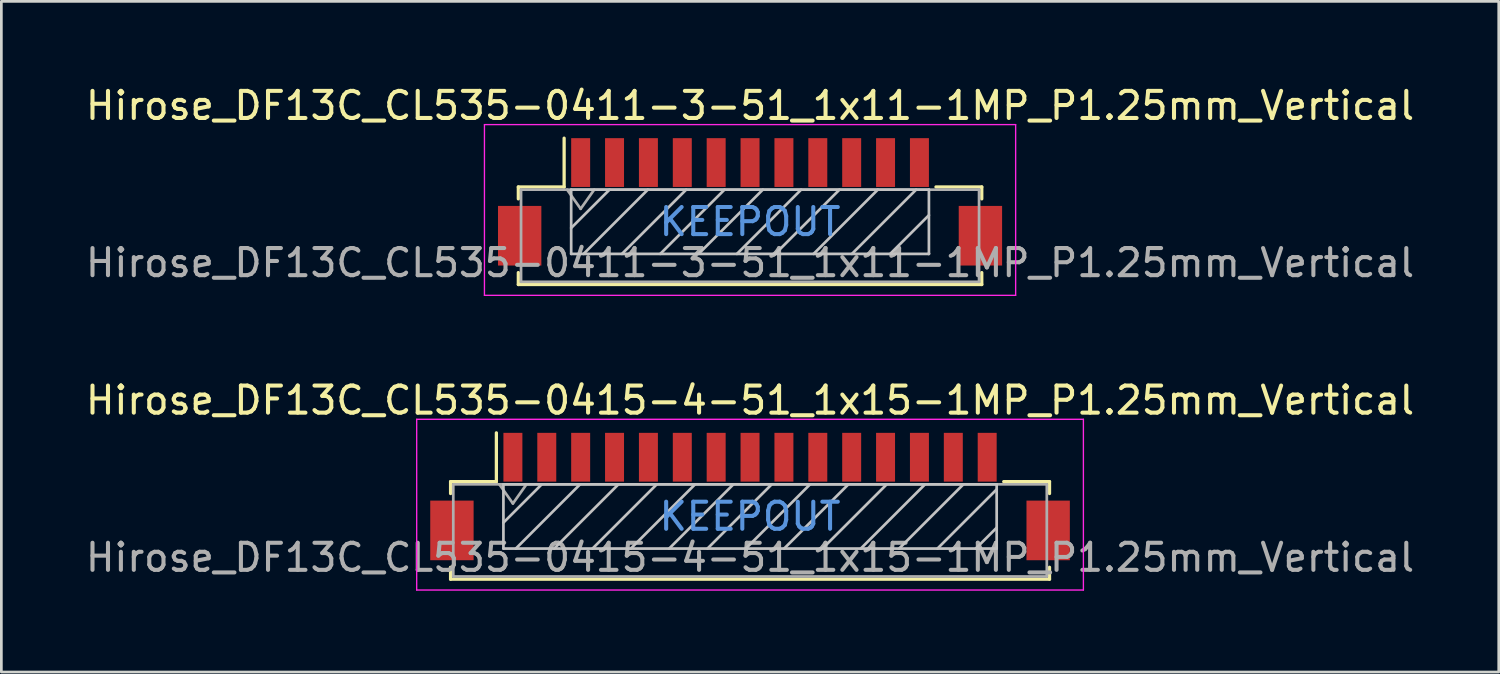
<source format=kicad_pcb>
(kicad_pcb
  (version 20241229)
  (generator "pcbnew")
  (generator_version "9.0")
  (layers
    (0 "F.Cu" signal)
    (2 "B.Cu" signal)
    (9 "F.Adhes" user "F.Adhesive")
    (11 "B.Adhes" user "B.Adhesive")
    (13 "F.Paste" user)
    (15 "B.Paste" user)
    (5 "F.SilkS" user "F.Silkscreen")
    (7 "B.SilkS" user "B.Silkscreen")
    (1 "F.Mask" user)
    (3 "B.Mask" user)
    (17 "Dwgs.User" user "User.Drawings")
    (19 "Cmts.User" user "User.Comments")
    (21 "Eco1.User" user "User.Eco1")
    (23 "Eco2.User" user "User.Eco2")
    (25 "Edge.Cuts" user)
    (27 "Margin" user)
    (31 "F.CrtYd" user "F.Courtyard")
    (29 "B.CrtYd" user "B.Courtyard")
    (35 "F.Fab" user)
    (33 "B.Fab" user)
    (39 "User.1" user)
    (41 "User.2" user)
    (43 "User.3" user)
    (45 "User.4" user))
  (footprint "Hirose_DF13C_CL535-0411-3-51_1x11-1MP_P1.25mm_Vertical"
    (layer "F.Cu")
    (at 24.625 4.398)
    (property "Reference" "Hirose_DF13C_CL535-0411-3-51_1x11-1MP_P1.25mm_Vertical" (at 0 -3.55 0) (layer "F.SilkS") (effects (font (size 1 1) (thickness 0.15))))
    (attr smd)
    (fp_line (start -8.55 -0.55) (end -8.55 -0.11) (stroke (width 0.12) (type solid)) (layer "F.SilkS"))
    (fp_line (start -8.55 2.61) (end -8.55 3.05) (stroke (width 0.12) (type solid)) (layer "F.SilkS"))
    (fp_line (start -8.55 3.05) (end 8.55 3.05) (stroke (width 0.12) (type solid)) (layer "F.SilkS"))
    (fp_line (start -6.86 -0.55) (end -8.55 -0.55) (stroke (width 0.12) (type solid)) (layer "F.SilkS"))
    (fp_line (start -6.86 -0.55) (end -6.86 -2.35) (stroke (width 0.12) (type solid)) (layer "F.SilkS"))
    (fp_line (start 6.86 -0.55) (end 8.55 -0.55) (stroke (width 0.12) (type solid)) (layer "F.SilkS"))
    (fp_line (start 8.55 -0.55) (end 8.55 -0.11) (stroke (width 0.12) (type solid)) (layer "F.SilkS"))
    (fp_line (start 8.55 3.05) (end 8.55 2.61) (stroke (width 0.12) (type solid)) (layer "F.SilkS"))
    (fp_line (start -6.6 -0.45) (end -6.6 1.92) (stroke (width 0.1) (type solid)) (layer "Dwgs.User"))
    (fp_line (start -6.6 1.92) (end 6.6 1.92) (stroke (width 0.1) (type solid)) (layer "Dwgs.User"))
    (fp_line (start -5.186 -0.45) (end -6.6 0.964) (stroke (width 0.1) (type solid)) (layer "Dwgs.User"))
    (fp_line (start -3.772 -0.45) (end -6.142 1.92) (stroke (width 0.1) (type solid)) (layer "Dwgs.User"))
    (fp_line (start -2.357 -0.45) (end -4.727 1.92) (stroke (width 0.1) (type solid)) (layer "Dwgs.User"))
    (fp_line (start -0.943 -0.45) (end -3.313 1.92) (stroke (width 0.1) (type solid)) (layer "Dwgs.User"))
    (fp_line (start 0.471 -0.45) (end -1.899 1.92) (stroke (width 0.1) (type solid)) (layer "Dwgs.User"))
    (fp_line (start 1.885 -0.45) (end -0.485 1.92) (stroke (width 0.1) (type solid)) (layer "Dwgs.User"))
    (fp_line (start 3.299 -0.45) (end 0.929 1.92) (stroke (width 0.1) (type solid)) (layer "Dwgs.User"))
    (fp_line (start 4.714 -0.45) (end 2.344 1.92) (stroke (width 0.1) (type solid)) (layer "Dwgs.User"))
    (fp_line (start 6.128 -0.45) (end 3.758 1.92) (stroke (width 0.1) (type solid)) (layer "Dwgs.User"))
    (fp_line (start 6.6 -0.45) (end -6.6 -0.45) (stroke (width 0.1) (type solid)) (layer "Dwgs.User"))
    (fp_line (start 6.6 0.492) (end 5.172 1.92) (stroke (width 0.1) (type solid)) (layer "Dwgs.User"))
    (fp_line (start 6.6 1.906) (end 6.586 1.92) (stroke (width 0.1) (type solid)) (layer "Dwgs.User"))
    (fp_line (start 6.6 1.92) (end 6.6 -0.45) (stroke (width 0.1) (type solid)) (layer "Dwgs.User"))
    (fp_line (start -9.8 -2.85) (end -9.8 3.45) (stroke (width 0.05) (type solid)) (layer "F.CrtYd"))
    (fp_line (start -9.8 3.45) (end 9.8 3.45) (stroke (width 0.05) (type solid)) (layer "F.CrtYd"))
    (fp_line (start 9.8 -2.85) (end -9.8 -2.85) (stroke (width 0.05) (type solid)) (layer "F.CrtYd"))
    (fp_line (start 9.8 3.45) (end 9.8 -2.85) (stroke (width 0.05) (type solid)) (layer "F.CrtYd"))
    (fp_line (start -8.45 -0.45) (end -8.45 2.95) (stroke (width 0.1) (type solid)) (layer "F.Fab"))
    (fp_line (start -8.45 2.95) (end 8.45 2.95) (stroke (width 0.1) (type solid)) (layer "F.Fab"))
    (fp_line (start -6.75 -0.45) (end -6.25 0.257) (stroke (width 0.1) (type solid)) (layer "F.Fab"))
    (fp_line (start -6.25 0.257) (end -5.75 -0.45) (stroke (width 0.1) (type solid)) (layer "F.Fab"))
    (fp_line (start 8.45 -0.45) (end -8.45 -0.45) (stroke (width 0.1) (type solid)) (layer "F.Fab"))
    (fp_line (start 8.45 2.95) (end 8.45 -0.45) (stroke (width 0.1) (type solid)) (layer "F.Fab"))
    (fp_text user "KEEPOUT" (at 0 0.735 0) (layer "Cmts.User") (effects (font (size 1 1) (thickness 0.15))))
    (fp_text user "${REFERENCE}" (at 0 2.25 0) (layer "F.Fab") (effects (font (size 1 1) (thickness 0.15))))
    (pad "1" smd rect (at -6.25 -1.45) (size 0.7 1.8) (layers "F.Cu" "F.Mask" "F.Paste"))
    (pad "2" smd rect (at -5 -1.45) (size 0.7 1.8) (layers "F.Cu" "F.Mask" "F.Paste"))
    (pad "3" smd rect (at -3.75 -1.45) (size 0.7 1.8) (layers "F.Cu" "F.Mask" "F.Paste"))
    (pad "4" smd rect (at -2.5 -1.45) (size 0.7 1.8) (layers "F.Cu" "F.Mask" "F.Paste"))
    (pad "5" smd rect (at -1.25 -1.45) (size 0.7 1.8) (layers "F.Cu" "F.Mask" "F.Paste"))
    (pad "6" smd rect (at 0 -1.45) (size 0.7 1.8) (layers "F.Cu" "F.Mask" "F.Paste"))
    (pad "7" smd rect (at 1.25 -1.45) (size 0.7 1.8) (layers "F.Cu" "F.Mask" "F.Paste"))
    (pad "8" smd rect (at 2.5 -1.45) (size 0.7 1.8) (layers "F.Cu" "F.Mask" "F.Paste"))
    (pad "9" smd rect (at 3.75 -1.45) (size 0.7 1.8) (layers "F.Cu" "F.Mask" "F.Paste"))
    (pad "10" smd rect (at 5 -1.45) (size 0.7 1.8) (layers "F.Cu" "F.Mask" "F.Paste"))
    (pad "11" smd rect (at 6.25 -1.45) (size 0.7 1.8) (layers "F.Cu" "F.Mask" "F.Paste"))
    (pad "MP" smd rect (at -8.5 1.25) (size 1.6 2.2) (layers "F.Cu" "F.Mask" "F.Paste"))
    (pad "MP" smd rect (at 8.5 1.25) (size 1.6 2.2) (layers "F.Cu" "F.Mask" "F.Paste")))
  (footprint "Hirose_DF13C_CL535-0415-4-51_1x15-1MP_P1.25mm_Vertical"
    (layer "F.Cu")
    (at 24.625 15.271)
    (property "Reference" "Hirose_DF13C_CL535-0415-4-51_1x15-1MP_P1.25mm_Vertical" (at 0 -3.55 0) (layer "F.SilkS") (effects (font (size 1 1) (thickness 0.15))))
    (attr smd)
    (fp_line (start -11.05 -0.55) (end -11.05 -0.11) (stroke (width 0.12) (type solid)) (layer "F.SilkS"))
    (fp_line (start -11.05 2.61) (end -11.05 3.05) (stroke (width 0.12) (type solid)) (layer "F.SilkS"))
    (fp_line (start -11.05 3.05) (end 11.05 3.05) (stroke (width 0.12) (type solid)) (layer "F.SilkS"))
    (fp_line (start -9.36 -0.55) (end -11.05 -0.55) (stroke (width 0.12) (type solid)) (layer "F.SilkS"))
    (fp_line (start -9.36 -0.55) (end -9.36 -2.35) (stroke (width 0.12) (type solid)) (layer "F.SilkS"))
    (fp_line (start 9.36 -0.55) (end 11.05 -0.55) (stroke (width 0.12) (type solid)) (layer "F.SilkS"))
    (fp_line (start 11.05 -0.55) (end 11.05 -0.11) (stroke (width 0.12) (type solid)) (layer "F.SilkS"))
    (fp_line (start 11.05 3.05) (end 11.05 2.61) (stroke (width 0.12) (type solid)) (layer "F.SilkS"))
    (fp_line (start -9.1 -0.45) (end -9.1 1.92) (stroke (width 0.1) (type solid)) (layer "Dwgs.User"))
    (fp_line (start -9.1 1.92) (end 9.1 1.92) (stroke (width 0.1) (type solid)) (layer "Dwgs.User"))
    (fp_line (start -7.686 -0.45) (end -9.1 0.964) (stroke (width 0.1) (type solid)) (layer "Dwgs.User"))
    (fp_line (start -6.272 -0.45) (end -8.642 1.92) (stroke (width 0.1) (type solid)) (layer "Dwgs.User"))
    (fp_line (start -4.857 -0.45) (end -7.227 1.92) (stroke (width 0.1) (type solid)) (layer "Dwgs.User"))
    (fp_line (start -3.443 -0.45) (end -5.813 1.92) (stroke (width 0.1) (type solid)) (layer "Dwgs.User"))
    (fp_line (start -2.029 -0.45) (end -4.399 1.92) (stroke (width 0.1) (type solid)) (layer "Dwgs.User"))
    (fp_line (start -0.615 -0.45) (end -2.985 1.92) (stroke (width 0.1) (type solid)) (layer "Dwgs.User"))
    (fp_line (start 0.799 -0.45) (end -1.571 1.92) (stroke (width 0.1) (type solid)) (layer "Dwgs.User"))
    (fp_line (start 2.214 -0.45) (end -0.156 1.92) (stroke (width 0.1) (type solid)) (layer "Dwgs.User"))
    (fp_line (start 3.628 -0.45) (end 1.258 1.92) (stroke (width 0.1) (type solid)) (layer "Dwgs.User"))
    (fp_line (start 5.042 -0.45) (end 2.672 1.92) (stroke (width 0.1) (type solid)) (layer "Dwgs.User"))
    (fp_line (start 6.456 -0.45) (end 4.086 1.92) (stroke (width 0.1) (type solid)) (layer "Dwgs.User"))
    (fp_line (start 7.871 -0.45) (end 5.501 1.92) (stroke (width 0.1) (type solid)) (layer "Dwgs.User"))
    (fp_line (start 9.1 -0.45) (end -9.1 -0.45) (stroke (width 0.1) (type solid)) (layer "Dwgs.User"))
    (fp_line (start 9.1 -0.265) (end 6.915 1.92) (stroke (width 0.1) (type solid)) (layer "Dwgs.User"))
    (fp_line (start 9.1 1.149) (end 8.329 1.92) (stroke (width 0.1) (type solid)) (layer "Dwgs.User"))
    (fp_line (start 9.1 1.92) (end 9.1 -0.45) (stroke (width 0.1) (type solid)) (layer "Dwgs.User"))
    (fp_line (start -12.3 -2.85) (end -12.3 3.45) (stroke (width 0.05) (type solid)) (layer "F.CrtYd"))
    (fp_line (start -12.3 3.45) (end 12.3 3.45) (stroke (width 0.05) (type solid)) (layer "F.CrtYd"))
    (fp_line (start 12.3 -2.85) (end -12.3 -2.85) (stroke (width 0.05) (type solid)) (layer "F.CrtYd"))
    (fp_line (start 12.3 3.45) (end 12.3 -2.85) (stroke (width 0.05) (type solid)) (layer "F.CrtYd"))
    (fp_line (start -10.95 -0.45) (end -10.95 2.95) (stroke (width 0.1) (type solid)) (layer "F.Fab"))
    (fp_line (start -10.95 2.95) (end 10.95 2.95) (stroke (width 0.1) (type solid)) (layer "F.Fab"))
    (fp_line (start -9.25 -0.45) (end -8.75 0.257) (stroke (width 0.1) (type solid)) (layer "F.Fab"))
    (fp_line (start -8.75 0.257) (end -8.25 -0.45) (stroke (width 0.1) (type solid)) (layer "F.Fab"))
    (fp_line (start 10.95 -0.45) (end -10.95 -0.45) (stroke (width 0.1) (type solid)) (layer "F.Fab"))
    (fp_line (start 10.95 2.95) (end 10.95 -0.45) (stroke (width 0.1) (type solid)) (layer "F.Fab"))
    (fp_text user "KEEPOUT" (at 0 0.735 0) (layer "Cmts.User") (effects (font (size 1 1) (thickness 0.15))))
    (fp_text user "${REFERENCE}" (at 0 2.25 0) (layer "F.Fab") (effects (font (size 1 1) (thickness 0.15))))
    (pad "1" smd rect (at -8.75 -1.45) (size 0.7 1.8) (layers "F.Cu" "F.Mask" "F.Paste"))
    (pad "2" smd rect (at -7.5 -1.45) (size 0.7 1.8) (layers "F.Cu" "F.Mask" "F.Paste"))
    (pad "3" smd rect (at -6.25 -1.45) (size 0.7 1.8) (layers "F.Cu" "F.Mask" "F.Paste"))
    (pad "4" smd rect (at -5 -1.45) (size 0.7 1.8) (layers "F.Cu" "F.Mask" "F.Paste"))
    (pad "5" smd rect (at -3.75 -1.45) (size 0.7 1.8) (layers "F.Cu" "F.Mask" "F.Paste"))
    (pad "6" smd rect (at -2.5 -1.45) (size 0.7 1.8) (layers "F.Cu" "F.Mask" "F.Paste"))
    (pad "7" smd rect (at -1.25 -1.45) (size 0.7 1.8) (layers "F.Cu" "F.Mask" "F.Paste"))
    (pad "8" smd rect (at 0 -1.45) (size 0.7 1.8) (layers "F.Cu" "F.Mask" "F.Paste"))
    (pad "9" smd rect (at 1.25 -1.45) (size 0.7 1.8) (layers "F.Cu" "F.Mask" "F.Paste"))
    (pad "10" smd rect (at 2.5 -1.45) (size 0.7 1.8) (layers "F.Cu" "F.Mask" "F.Paste"))
    (pad "11" smd rect (at 3.75 -1.45) (size 0.7 1.8) (layers "F.Cu" "F.Mask" "F.Paste"))
    (pad "12" smd rect (at 5 -1.45) (size 0.7 1.8) (layers "F.Cu" "F.Mask" "F.Paste"))
    (pad "13" smd rect (at 6.25 -1.45) (size 0.7 1.8) (layers "F.Cu" "F.Mask" "F.Paste"))
    (pad "14" smd rect (at 7.5 -1.45) (size 0.7 1.8) (layers "F.Cu" "F.Mask" "F.Paste"))
    (pad "15" smd rect (at 8.75 -1.45) (size 0.7 1.8) (layers "F.Cu" "F.Mask" "F.Paste"))
    (pad "MP" smd rect (at -11 1.25) (size 1.6 2.2) (layers "F.Cu" "F.Mask" "F.Paste"))
    (pad "MP" smd rect (at 11 1.25) (size 1.6 2.2) (layers "F.Cu" "F.Mask" "F.Paste")))
  (gr_rect
    (start -3 -3)
    (end 52.25 21.747)
    (stroke (width 0.1) (type default))
    (fill no)
    (layer "Edge.Cuts")))
</source>
